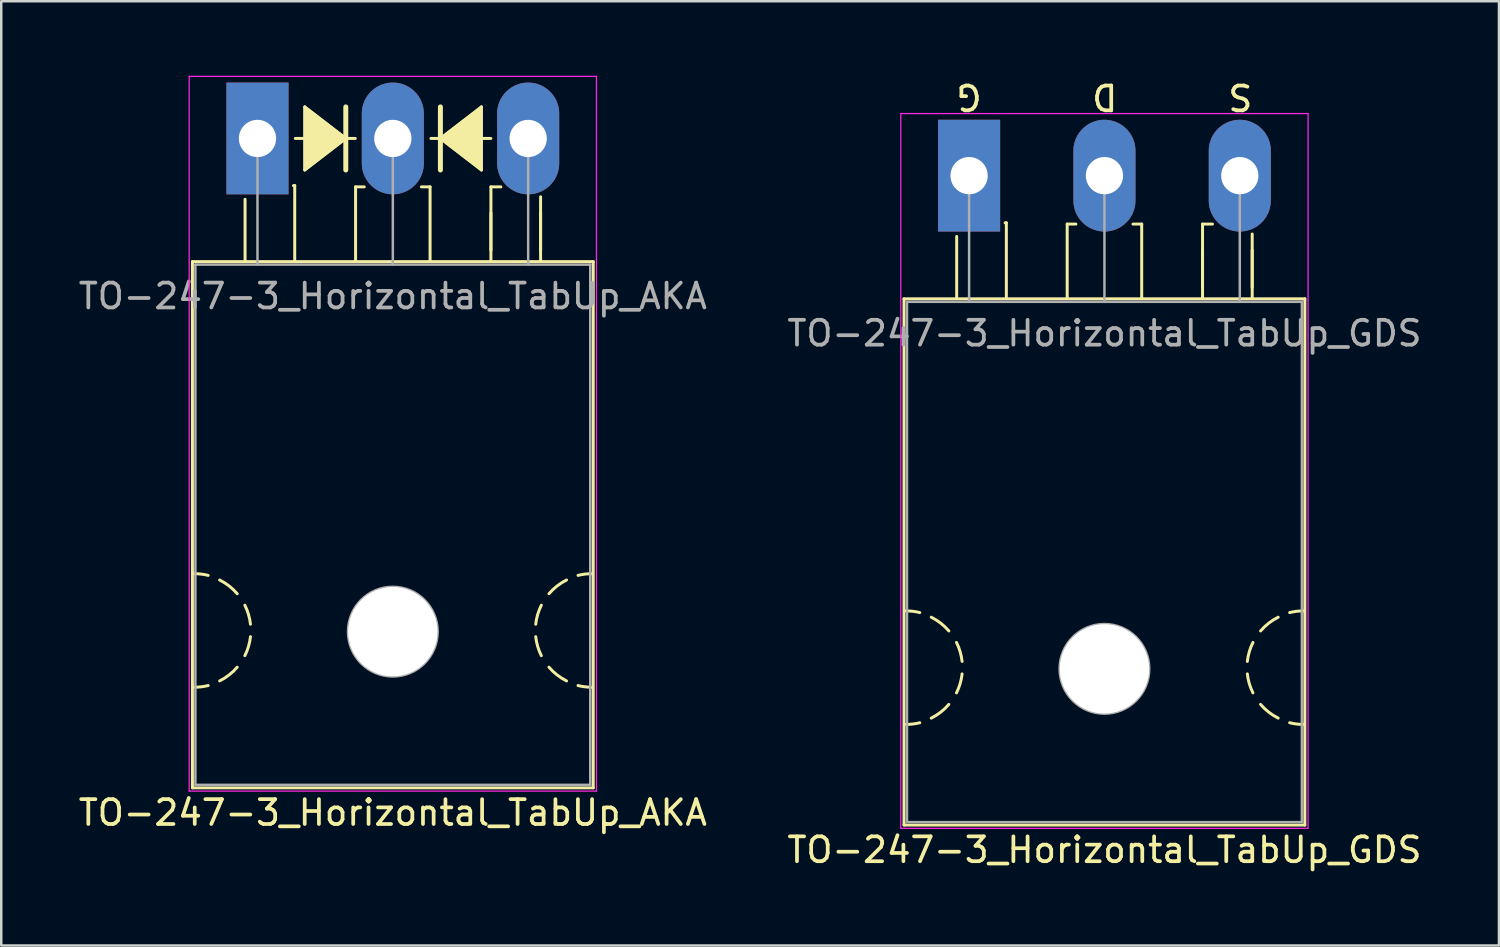
<source format=kicad_pcb>
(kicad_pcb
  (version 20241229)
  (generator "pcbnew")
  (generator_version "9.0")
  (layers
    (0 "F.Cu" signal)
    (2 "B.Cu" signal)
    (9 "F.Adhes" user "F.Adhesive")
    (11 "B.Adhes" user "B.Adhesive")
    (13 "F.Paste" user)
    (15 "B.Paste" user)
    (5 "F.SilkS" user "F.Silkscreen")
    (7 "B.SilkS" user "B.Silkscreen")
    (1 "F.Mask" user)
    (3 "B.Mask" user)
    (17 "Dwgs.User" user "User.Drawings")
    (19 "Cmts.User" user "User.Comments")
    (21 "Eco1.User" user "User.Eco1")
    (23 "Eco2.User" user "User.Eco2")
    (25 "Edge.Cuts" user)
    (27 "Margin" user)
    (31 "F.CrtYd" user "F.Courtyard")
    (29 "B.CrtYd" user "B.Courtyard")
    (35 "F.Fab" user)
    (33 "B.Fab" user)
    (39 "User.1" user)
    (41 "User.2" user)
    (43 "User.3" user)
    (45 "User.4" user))
  (footprint "TO-247-3_Horizontal_TabUp_AKA"
    (layer "F.Cu")
    (at 7.318 2.525)
    (property "Reference" "TO-247-3_Horizontal_TabUp_AKA" (at 5.45 27.15 0) (layer "F.SilkS") (effects (font (size 1 1) (thickness 0.15))))
    (attr through_hole)
    (fp_line (start -2.62 4.96) (end -2.62 26.15) (stroke (width 0.12) (type solid)) (layer "F.SilkS"))
    (fp_line (start -2.62 4.96) (end 13.52 4.96) (stroke (width 0.12) (type solid)) (layer "F.SilkS"))
    (fp_line (start -2.62 26.15) (end 13.52 26.15) (stroke (width 0.12) (type solid)) (layer "F.SilkS"))
    (fp_line (start -0.5 4.9) (end -0.5 2.45) (stroke (width 0.12) (type solid)) (layer "F.SilkS"))
    (fp_line (start 1.5 1.9) (end 1.45 1.9) (stroke (width 0.12) (type solid)) (layer "F.SilkS"))
    (fp_line (start 1.5 4.9) (end 1.5 1.9) (stroke (width 0.12) (type solid)) (layer "F.SilkS"))
    (fp_line (start 1.524 0) (end 1.905 0) (stroke (width 0.12) (type solid)) (layer "F.SilkS"))
    (fp_line (start 1.905 -1.27) (end 1.905 1.27) (stroke (width 0.12) (type solid)) (layer "F.SilkS"))
    (fp_line (start 1.905 1.27) (end 3.556 0) (stroke (width 0.12) (type solid)) (layer "F.SilkS"))
    (fp_line (start 3.556 0) (end 1.905 -1.27) (stroke (width 0.12) (type solid)) (layer "F.SilkS"))
    (fp_line (start 3.556 0) (end 3.556 -1.27) (stroke (width 0.2) (type solid)) (layer "F.SilkS"))
    (fp_line (start 3.556 1.27) (end 3.556 0) (stroke (width 0.2) (type solid)) (layer "F.SilkS"))
    (fp_line (start 3.937 0) (end 3.556 0) (stroke (width 0.12) (type solid)) (layer "F.SilkS"))
    (fp_line (start 3.95 1.95) (end 4.3 1.95) (stroke (width 0.12) (type solid)) (layer "F.SilkS"))
    (fp_line (start 3.95 4.95) (end 3.95 1.95) (stroke (width 0.12) (type solid)) (layer "F.SilkS"))
    (fp_line (start 6.95 1.95) (end 6.6 1.95) (stroke (width 0.12) (type solid)) (layer "F.SilkS"))
    (fp_line (start 6.95 4.95) (end 6.95 1.95) (stroke (width 0.12) (type solid)) (layer "F.SilkS"))
    (fp_line (start 6.985 0) (end 7.366 0) (stroke (width 0.12) (type solid)) (layer "F.SilkS"))
    (fp_line (start 7.366 -1.27) (end 7.366 0) (stroke (width 0.2) (type solid)) (layer "F.SilkS"))
    (fp_line (start 7.366 0) (end 7.366 1.27) (stroke (width 0.2) (type solid)) (layer "F.SilkS"))
    (fp_line (start 7.366 0) (end 9.017 1.27) (stroke (width 0.12) (type solid)) (layer "F.SilkS"))
    (fp_line (start 9.017 -1.27) (end 7.366 0) (stroke (width 0.12) (type solid)) (layer "F.SilkS"))
    (fp_line (start 9.017 1.27) (end 9.017 -1.27) (stroke (width 0.12) (type solid)) (layer "F.SilkS"))
    (fp_line (start 9.398 0) (end 9.017 0) (stroke (width 0.12) (type solid)) (layer "F.SilkS"))
    (fp_line (start 9.4 1.95) (end 9.8 1.95) (stroke (width 0.12) (type solid)) (layer "F.SilkS"))
    (fp_line (start 9.4 4.5) (end 9.4 3) (stroke (width 0.12) (type solid)) (layer "F.SilkS"))
    (fp_line (start 9.4 4.95) (end 9.4 1.95) (stroke (width 0.12) (type solid)) (layer "F.SilkS"))
    (fp_line (start 11.4 4.5) (end 11.4 3) (stroke (width 0.12) (type solid)) (layer "F.SilkS"))
    (fp_line (start 11.4 4.95) (end 11.4 2.35) (stroke (width 0.12) (type solid)) (layer "F.SilkS"))
    (fp_line (start 13.52 4.96) (end 13.52 26.15) (stroke (width 0.12) (type solid)) (layer "F.SilkS"))
    (fp_arc (start -2.54 17.526) (mid -2.260689 17.543128) (end -1.985564 17.594254) (stroke (width 0.12) (type solid)) (layer "F.SilkS"))
    (fp_arc (start -1.985564 22.029746) (mid -2.260689 22.080872) (end -2.54 22.098) (stroke (width 0.12) (type solid)) (layer "F.SilkS"))
    (fp_arc (start -1.524001 17.780001) (mid -1.14188 18.02132) (end -0.815088 18.333504) (stroke (width 0.12) (type solid)) (layer "F.SilkS"))
    (fp_arc (start -0.815087 21.290497) (mid -1.141879 21.60268) (end -1.524 21.844) (stroke (width 0.12) (type solid)) (layer "F.SilkS"))
    (fp_arc (start -0.508001 18.796001) (mid -0.361178 19.168563) (end -0.282051 19.561117) (stroke (width 0.12) (type solid)) (layer "F.SilkS"))
    (fp_arc (start -0.282051 20.062883) (mid -0.361178 20.455437) (end -0.508001 20.827999) (stroke (width 0.12) (type solid)) (layer "F.SilkS"))
    (fp_arc (start 11.204051 19.561117) (mid 11.283178 19.168563) (end 11.430001 18.796001) (stroke (width 0.12) (type solid)) (layer "F.SilkS"))
    (fp_arc (start 11.430001 20.827999) (mid 11.283178 20.455437) (end 11.204051 20.062883) (stroke (width 0.12) (type solid)) (layer "F.SilkS"))
    (fp_arc (start 11.737087 18.333503) (mid 12.063879 18.02132) (end 12.446 17.78) (stroke (width 0.12) (type solid)) (layer "F.SilkS"))
    (fp_arc (start 12.446001 21.843999) (mid 12.06388 21.60268) (end 11.737088 21.290496) (stroke (width 0.12) (type solid)) (layer "F.SilkS"))
    (fp_arc (start 12.907564 17.594254) (mid 13.182689 17.543128) (end 13.462 17.526) (stroke (width 0.12) (type solid)) (layer "F.SilkS"))
    (fp_arc (start 13.462 22.098) (mid 13.182689 22.080872) (end 12.907564 22.029746) (stroke (width 0.12) (type solid)) (layer "F.SilkS"))
    (fp_poly (pts (xy 3.556 0) (xy 1.905 1.27) (xy 1.905 -1.27)) (stroke (width 0.1) (type solid)) (fill yes) (layer "F.SilkS"))
    (fp_poly (pts (xy 9.017 1.27) (xy 7.366 0) (xy 9.017 -1.27)) (stroke (width 0.1) (type solid)) (fill yes) (layer "F.SilkS"))
    (fp_line (start -2.75 -2.5) (end -2.75 26.28) (stroke (width 0.05) (type solid)) (layer "F.CrtYd"))
    (fp_line (start -2.75 26.28) (end 13.65 26.28) (stroke (width 0.05) (type solid)) (layer "F.CrtYd"))
    (fp_line (start 13.65 -2.5) (end -2.75 -2.5) (stroke (width 0.05) (type solid)) (layer "F.CrtYd"))
    (fp_line (start 13.65 26.28) (end 13.65 -2.5) (stroke (width 0.05) (type solid)) (layer "F.CrtYd"))
    (fp_line (start -2.5 5.08) (end -2.5 26.03) (stroke (width 0.1) (type solid)) (layer "F.Fab"))
    (fp_line (start -2.5 26.03) (end 13.4 26.03) (stroke (width 0.1) (type solid)) (layer "F.Fab"))
    (fp_line (start 0 5.08) (end 0 0) (stroke (width 0.1) (type solid)) (layer "F.Fab"))
    (fp_line (start 5.45 5.08) (end 5.45 0) (stroke (width 0.1) (type solid)) (layer "F.Fab"))
    (fp_line (start 10.9 5.08) (end 10.9 0) (stroke (width 0.1) (type solid)) (layer "F.Fab"))
    (fp_line (start 13.4 5.08) (end -2.5 5.08) (stroke (width 0.1) (type solid)) (layer "F.Fab"))
    (fp_line (start 13.4 26.03) (end 13.4 5.08) (stroke (width 0.1) (type solid)) (layer "F.Fab"))
    (fp_circle (center 5.45 19.86) (end 7.255 19.86) (stroke (width 0.1) (type solid)) (fill no) (layer "F.Fab"))
    (fp_text user "${REFERENCE}" (at 5.45 6.35 0) (layer "F.Fab") (effects (font (size 1 1) (thickness 0.15))))
    (pad "" np_thru_hole oval (at 5.45 19.86) (size 3.6 3.6) (drill 3.6) (layers "*.Cu" "*.Mask"))
    (pad "1" thru_hole rect (at 0 0) (size 2.5 4.5) (drill 1.5) (layers "*.Cu" "*.Mask"))
    (pad "2" thru_hole oval (at 5.45 0) (size 2.5 4.5) (drill 1.5) (layers "*.Cu" "*.Mask"))
    (pad "3" thru_hole oval (at 10.9 0) (size 2.5 4.5) (drill 1.5) (layers "*.Cu" "*.Mask")))
  (footprint "TO-247-3_Horizontal_TabUp_GDS"
    (layer "F.Cu")
    (at 35.973 4.023)
    (property "Reference" "TO-247-3_Horizontal_TabUp_GDS" (at 5.45 27.15 0) (layer "F.SilkS") (effects (font (size 1 1) (thickness 0.15))))
    (fp_line (start -2.62 4.96) (end -2.62 26.15) (stroke (width 0.12) (type solid)) (layer "F.SilkS"))
    (fp_line (start -2.62 4.96) (end 13.52 4.96) (stroke (width 0.12) (type solid)) (layer "F.SilkS"))
    (fp_line (start -2.62 26.15) (end 13.52 26.15) (stroke (width 0.12) (type solid)) (layer "F.SilkS"))
    (fp_line (start -0.5 4.9) (end -0.5 2.45) (stroke (width 0.12) (type solid)) (layer "F.SilkS"))
    (fp_line (start 1.5 1.9) (end 1.45 1.9) (stroke (width 0.12) (type solid)) (layer "F.SilkS"))
    (fp_line (start 1.5 4.9) (end 1.5 1.9) (stroke (width 0.12) (type solid)) (layer "F.SilkS"))
    (fp_line (start 3.95 1.95) (end 4.3 1.95) (stroke (width 0.12) (type solid)) (layer "F.SilkS"))
    (fp_line (start 3.95 4.95) (end 3.95 1.95) (stroke (width 0.12) (type solid)) (layer "F.SilkS"))
    (fp_line (start 6.95 1.95) (end 6.6 1.95) (stroke (width 0.12) (type solid)) (layer "F.SilkS"))
    (fp_line (start 6.95 4.95) (end 6.95 1.95) (stroke (width 0.12) (type solid)) (layer "F.SilkS"))
    (fp_line (start 9.4 1.95) (end 9.8 1.95) (stroke (width 0.12) (type solid)) (layer "F.SilkS"))
    (fp_line (start 9.4 4.5) (end 9.4 3) (stroke (width 0.12) (type solid)) (layer "F.SilkS"))
    (fp_line (start 9.4 4.95) (end 9.4 1.95) (stroke (width 0.12) (type solid)) (layer "F.SilkS"))
    (fp_line (start 11.4 4.5) (end 11.4 3) (stroke (width 0.12) (type solid)) (layer "F.SilkS"))
    (fp_line (start 11.4 4.95) (end 11.4 2.35) (stroke (width 0.12) (type solid)) (layer "F.SilkS"))
    (fp_line (start 13.52 4.96) (end 13.52 26.15) (stroke (width 0.12) (type solid)) (layer "F.SilkS"))
    (fp_arc (start -2.54 17.526) (mid -2.260689 17.543128) (end -1.985564 17.594254) (stroke (width 0.12) (type solid)) (layer "F.SilkS"))
    (fp_arc (start -1.985564 22.029746) (mid -2.260689 22.080872) (end -2.54 22.098) (stroke (width 0.12) (type solid)) (layer "F.SilkS"))
    (fp_arc (start -1.524001 17.780001) (mid -1.14188 18.02132) (end -0.815088 18.333504) (stroke (width 0.12) (type solid)) (layer "F.SilkS"))
    (fp_arc (start -0.815087 21.290497) (mid -1.141879 21.60268) (end -1.524 21.844) (stroke (width 0.12) (type solid)) (layer "F.SilkS"))
    (fp_arc (start -0.508001 18.796001) (mid -0.361178 19.168563) (end -0.282051 19.561117) (stroke (width 0.12) (type solid)) (layer "F.SilkS"))
    (fp_arc (start -0.282051 20.062883) (mid -0.361178 20.455437) (end -0.508001 20.827999) (stroke (width 0.12) (type solid)) (layer "F.SilkS"))
    (fp_arc (start 11.204051 19.561117) (mid 11.283178 19.168563) (end 11.430001 18.796001) (stroke (width 0.12) (type solid)) (layer "F.SilkS"))
    (fp_arc (start 11.430001 20.827999) (mid 11.283178 20.455437) (end 11.204051 20.062883) (stroke (width 0.12) (type solid)) (layer "F.SilkS"))
    (fp_arc (start 11.737087 18.333503) (mid 12.063879 18.02132) (end 12.446 17.78) (stroke (width 0.12) (type solid)) (layer "F.SilkS"))
    (fp_arc (start 12.446001 21.843999) (mid 12.06388 21.60268) (end 11.737088 21.290496) (stroke (width 0.12) (type solid)) (layer "F.SilkS"))
    (fp_arc (start 12.907564 17.594254) (mid 13.182689 17.543128) (end 13.462 17.526) (stroke (width 0.12) (type solid)) (layer "F.SilkS"))
    (fp_arc (start 13.462 22.098) (mid 13.182689 22.080872) (end 12.907564 22.029746) (stroke (width 0.12) (type solid)) (layer "F.SilkS"))
    (fp_line (start -2.75 -2.5) (end -2.75 26.28) (stroke (width 0.05) (type solid)) (layer "F.CrtYd"))
    (fp_line (start -2.75 26.28) (end 13.65 26.28) (stroke (width 0.05) (type solid)) (layer "F.CrtYd"))
    (fp_line (start 13.65 -2.5) (end -2.75 -2.5) (stroke (width 0.05) (type solid)) (layer "F.CrtYd"))
    (fp_line (start 13.65 26.28) (end 13.65 -2.5) (stroke (width 0.05) (type solid)) (layer "F.CrtYd"))
    (fp_line (start -2.5 5.08) (end -2.5 26.03) (stroke (width 0.1) (type solid)) (layer "F.Fab"))
    (fp_line (start -2.5 26.03) (end 13.4 26.03) (stroke (width 0.1) (type solid)) (layer "F.Fab"))
    (fp_line (start 0 5.08) (end 0 0) (stroke (width 0.1) (type solid)) (layer "F.Fab"))
    (fp_line (start 5.45 5.08) (end 5.45 0) (stroke (width 0.1) (type solid)) (layer "F.Fab"))
    (fp_line (start 10.9 5.08) (end 10.9 0) (stroke (width 0.1) (type solid)) (layer "F.Fab"))
    (fp_line (start 13.4 5.08) (end -2.5 5.08) (stroke (width 0.1) (type solid)) (layer "F.Fab"))
    (fp_line (start 13.4 26.03) (end 13.4 5.08) (stroke (width 0.1) (type solid)) (layer "F.Fab"))
    (fp_circle (center 5.45 19.86) (end 7.255 19.86) (stroke (width 0.1) (type solid)) (fill no) (layer "F.Fab"))
    (fp_text user "G" (at 0 -3.175 180) (unlocked yes) (layer "F.SilkS") (effects (font (size 1 1) (thickness 0.15))))
    (fp_text user "S" (at 10.922 -3.175 180) (unlocked yes) (layer "F.SilkS") (effects (font (size 1 1) (thickness 0.15))))
    (fp_text user "D" (at 5.461 -3.175 180) (unlocked yes) (layer "F.SilkS") (effects (font (size 1 1) (thickness 0.15))))
    (fp_text user "${REFERENCE}" (at 5.45 6.35 0) (layer "F.Fab") (effects (font (size 1 1) (thickness 0.15))))
    (pad "" np_thru_hole oval (at 5.45 19.86) (size 3.6 3.6) (drill 3.6) (layers "*.Cu" "*.Mask"))
    (pad "1" thru_hole rect (at 0 0) (size 2.5 4.5) (drill 1.5) (layers "*.Cu" "*.Mask"))
    (pad "2" thru_hole oval (at 5.45 0) (size 2.5 4.5) (drill 1.5) (layers "*.Cu" "*.Mask"))
    (pad "3" thru_hole oval (at 10.9 0) (size 2.5 4.5) (drill 1.5) (layers "*.Cu" "*.Mask")))
  (gr_rect
    (start -3 -3)
    (end 57.31 35.022)
    (stroke (width 0.1) (type default))
    (fill no)
    (layer "Edge.Cuts")))
</source>
